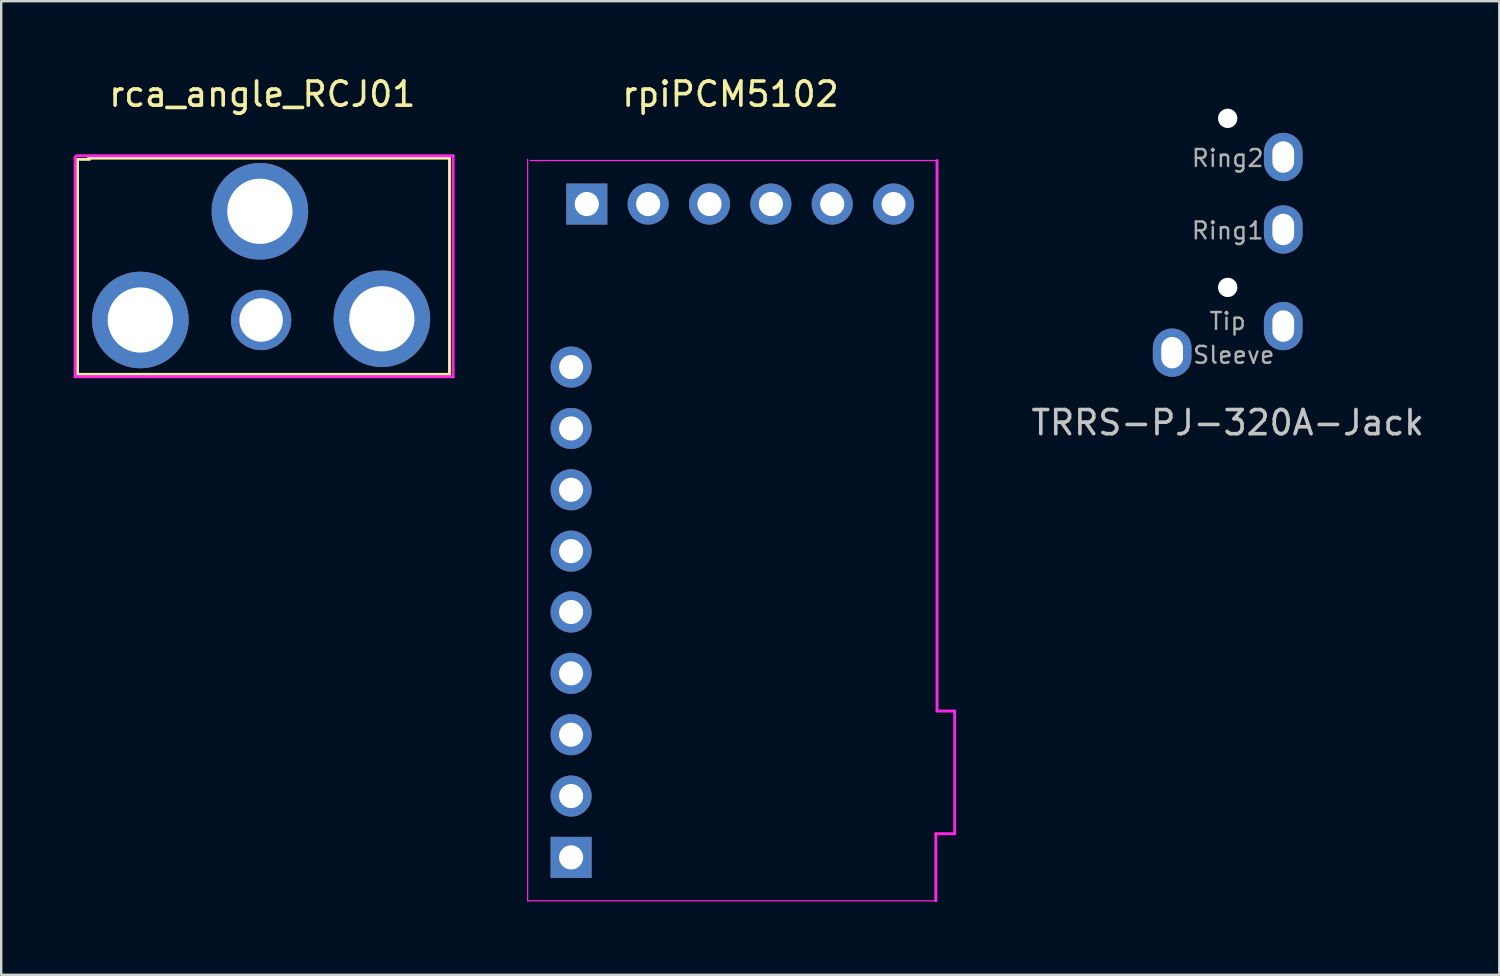
<source format=kicad_pcb>
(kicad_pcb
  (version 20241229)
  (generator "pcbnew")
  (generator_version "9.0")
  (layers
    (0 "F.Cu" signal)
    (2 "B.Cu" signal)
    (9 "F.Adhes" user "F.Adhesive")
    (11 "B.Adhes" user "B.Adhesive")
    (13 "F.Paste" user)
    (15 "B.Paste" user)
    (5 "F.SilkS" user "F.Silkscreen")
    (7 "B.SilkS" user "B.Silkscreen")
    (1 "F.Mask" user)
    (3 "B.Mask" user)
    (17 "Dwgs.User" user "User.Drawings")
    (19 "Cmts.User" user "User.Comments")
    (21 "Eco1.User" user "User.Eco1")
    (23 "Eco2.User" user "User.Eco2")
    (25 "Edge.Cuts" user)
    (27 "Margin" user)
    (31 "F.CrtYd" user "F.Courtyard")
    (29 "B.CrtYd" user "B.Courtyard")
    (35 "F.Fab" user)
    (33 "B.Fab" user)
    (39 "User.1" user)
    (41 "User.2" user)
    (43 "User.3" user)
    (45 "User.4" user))
  (footprint "rpiPCM5102"
    (layer "F.Cu")
    (at 31.395 23.848)
    (property "Reference" "rpiPCM5102" (at -4.2 -23 0) (layer "F.SilkS") (effects (font (size 1 1) (thickness 0.15))))
    (attr through_hole)
    (fp_line (start -12.6 -20.3) (end -12.6 10.4) (stroke (width 0.05) (type solid)) (layer "F.CrtYd"))
    (fp_line (start -12.6 10.4) (end 4.3 10.4) (stroke (width 0.05) (type solid)) (layer "F.CrtYd"))
    (fp_line (start 4.3 7.62) (end 5.08 7.62) (stroke (width 0.12) (type solid)) (layer "F.CrtYd"))
    (fp_line (start 4.3 10.4) (end 4.3 7.62) (stroke (width 0.12) (type solid)) (layer "F.CrtYd"))
    (fp_line (start 4.35 -20.25) (end -12.5 -20.25) (stroke (width 0.05) (type solid)) (layer "F.CrtYd"))
    (fp_line (start 4.35 -20.25) (end 4.35 2.54) (stroke (width 0.12) (type solid)) (layer "F.CrtYd"))
    (fp_line (start 4.35 2.54) (end 5.08 2.54) (stroke (width 0.12) (type solid)) (layer "F.CrtYd"))
    (fp_line (start 5.08 7.62) (end 5.08 2.54) (stroke (width 0.12) (type solid)) (layer "F.CrtYd"))
    (pad "1" thru_hole oval (at -10.8 -11.7 180) (size 1.7 1.7) (drill 1) (layers "*.Cu" "*.Mask"))
    (pad "2" thru_hole oval (at -10.8 -9.16 180) (size 1.7 1.7) (drill 1) (layers "*.Cu" "*.Mask"))
    (pad "3" thru_hole oval (at -10.8 -6.62 180) (size 1.7 1.7) (drill 1) (layers "*.Cu" "*.Mask"))
    (pad "4" thru_hole oval (at -10.8 -4.08 180) (size 1.7 1.7) (drill 1) (layers "*.Cu" "*.Mask"))
    (pad "5" thru_hole oval (at -10.8 -1.56 180) (size 1.7 1.7) (drill 1) (layers "*.Cu" "*.Mask"))
    (pad "6" thru_hole oval (at -10.8 0.98 180) (size 1.7 1.7) (drill 1) (layers "*.Cu" "*.Mask"))
    (pad "7" thru_hole oval (at -10.8 3.52 180) (size 1.7 1.7) (drill 1) (layers "*.Cu" "*.Mask"))
    (pad "8" thru_hole oval (at -10.8 6.06 180) (size 1.7 1.7) (drill 1) (layers "*.Cu" "*.Mask"))
    (pad "9" thru_hole rect (at -10.8 8.6 180) (size 1.7 1.7) (drill 1) (layers "*.Cu" "*.Mask"))
    (pad "10" thru_hole rect (at -10.15 -18.45 90) (size 1.7 1.7) (drill 1) (layers "*.Cu" "*.Mask"))
    (pad "11" thru_hole oval (at -7.61 -18.45 90) (size 1.7 1.7) (drill 1) (layers "*.Cu" "*.Mask"))
    (pad "12" thru_hole oval (at -5.07 -18.45 90) (size 1.7 1.7) (drill 1) (layers "*.Cu" "*.Mask"))
    (pad "13" thru_hole oval (at -2.53 -18.45 90) (size 1.7 1.7) (drill 1) (layers "*.Cu" "*.Mask"))
    (pad "14" thru_hole oval (at 0.01 -18.45 90) (size 1.7 1.7) (drill 1) (layers "*.Cu" "*.Mask"))
    (pad "15" thru_hole oval (at 2.55 -18.45 90) (size 1.7 1.7) (drill 1) (layers "*.Cu" "*.Mask")))
  (footprint "rca_angle_RCJ01"
    (layer "F.Cu")
    (at 7.76 4.048)
    (property "Reference" "rca_angle_RCJ01" (at 0.05 -3.2 0) (layer "F.SilkS") (effects (font (size 1 1) (thickness 0.15))))
    (attr through_hole)
    (fp_line (start -7.6 -0.5) (end -7.1 -0.5) (stroke (width 0.12) (type solid)) (layer "F.SilkS"))
    (fp_line (start -7.6 8.4) (end -7.6 -0.5) (stroke (width 0.12) (type solid)) (layer "F.SilkS"))
    (fp_line (start -7.15 -0.55) (end 7.8 -0.55) (stroke (width 0.12) (type solid)) (layer "F.SilkS"))
    (fp_line (start 7.8 -0.55) (end 7.8 8.4) (stroke (width 0.12) (type solid)) (layer "F.SilkS"))
    (fp_line (start 7.8 8.4) (end -7.6 8.4) (stroke (width 0.12) (type solid)) (layer "F.SilkS"))
    (fp_line (start -7.7 8.5) (end -7.7 -0.6) (stroke (width 0.12) (type solid)) (layer "F.CrtYd"))
    (fp_line (start -7.65 -0.65) (end 7.95 -0.65) (stroke (width 0.12) (type solid)) (layer "F.CrtYd"))
    (fp_line (start 7.95 -0.65) (end 7.95 8.5) (stroke (width 0.12) (type solid)) (layer "F.CrtYd"))
    (fp_line (start 7.95 8.5) (end -7.7 8.5) (stroke (width 0.12) (type solid)) (layer "F.CrtYd"))
    (pad "1" thru_hole circle (at 0 6.15) (size 2.5 2.5) (drill 1.8) (layers "*.Cu" "*.Mask"))
    (pad "2" thru_hole circle (at -5 6.15) (size 4 4) (drill 2.7) (layers "*.Cu" "*.Mask"))
    (pad "2" thru_hole circle (at -0.05 1.65) (size 4 4) (drill 2.7) (layers "*.Cu" "*.Mask"))
    (pad "2" thru_hole circle (at 5 6.1) (size 4 4) (drill 2.7) (layers "*.Cu" "*.Mask")))
  (footprint "TRRS-PJ-320A-Jack"
    (layer "F.Cu")
    (at 47.779 0.25)
    (property "Reference" "TRRS-PJ-320A-Jack" (at 0 14.2 0) (layer "Dwgs.User") (effects (font (size 1 1) (thickness 0.15))))
    (attr through_hole)
    (fp_text user "Ring2" (at 0 3.25 0) (layer "F.Fab") (effects (font (size 0.7 0.7) (thickness 0.1))))
    (fp_text user "Sleeve" (at 0.25 11.4 0) (layer "F.Fab") (effects (font (size 0.7 0.7) (thickness 0.1))))
    (fp_text user "Tip" (at 0 10 0) (layer "F.Fab") (effects (font (size 0.7 0.7) (thickness 0.1))))
    (fp_text user "Ring1" (at 0 6.25 0) (layer "F.Fab") (effects (font (size 0.7 0.7) (thickness 0.1))))
    (pad "" np_thru_hole circle (at 0 1.6) (size 0.8 0.8) (drill 0.8) (layers "*.Cu" "*.Mask"))
    (pad "" np_thru_hole circle (at 0 8.6) (size 0.8 0.8) (drill 0.8) (layers "*.Cu" "*.Mask"))
    (pad "Ring1" thru_hole oval (at 2.3 6.2) (size 1.6 2) (drill oval 0.9 1.3) (layers "*.Cu" "*.Mask"))
    (pad "Ring2" thru_hole oval (at 2.3 3.2) (size 1.6 2) (drill oval 0.9 1.3) (layers "*.Cu" "*.Mask"))
    (pad "Sleeve" thru_hole oval (at -2.3 11.3) (size 1.6 2) (drill oval 0.9 1.3) (layers "*.Cu" "*.Mask"))
    (pad "Tip" thru_hole oval (at 2.3 10.2) (size 1.6 2) (drill oval 0.9 1.3) (layers "*.Cu" "*.Mask")))
  (gr_rect
    (start -3 -3)
    (end 59.023 37.308)
    (stroke (width 0.1) (type default))
    (fill no)
    (layer "Edge.Cuts")))
</source>
